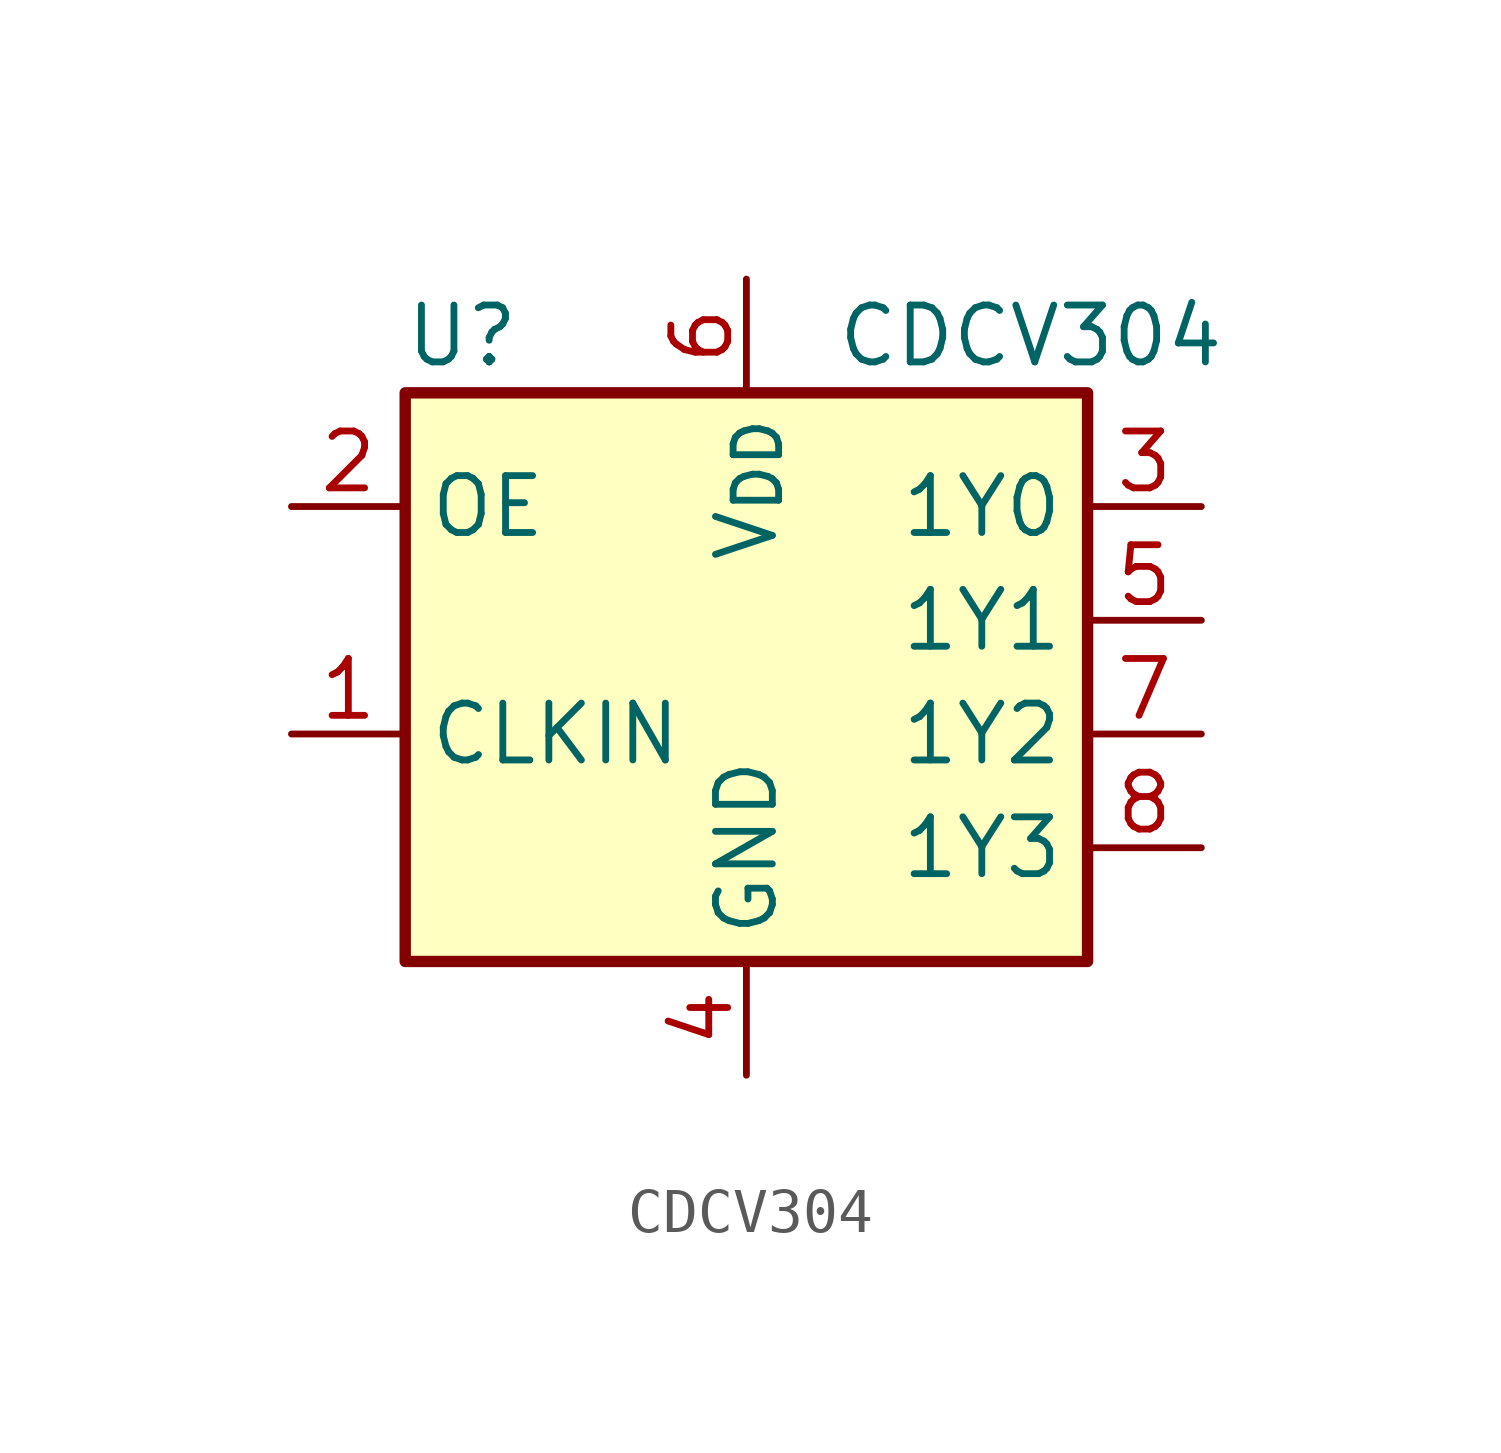
<source format=kicad_sym>
(kicad_symbol_lib
  (version 20241209)
  (generator "kicad_symbol_editor")
  (generator_version "9.0")
  (symbol "CDCV304"
    (property "Reference" "U"
      (at -6.35 8.89 0)
      (effects (font (size 1.27 1.27))))
    (property "Value" "CDCV304"
      (at 6.35 8.89 0)
      (effects (font (size 1.27 1.27))))
    (symbol "CDCV304_0_1"
      (rectangle (start -7.62 7.62) (end 7.62 -5.08) (stroke (width 0.254) (type default)) (fill (type background))))
    (symbol "CDCV304_1_1"
      (pin input line (at -10.16 5.08 0) (length 2.54) (name "OE" (effects (font (size 1.27 1.27)))) (number "2" (effects (font (size 1.27 1.27)))))
      (pin input line (at -10.16 0 0) (length 2.54) (name "CLKIN" (effects (font (size 1.27 1.27)))) (number "1" (effects (font (size 1.27 1.27)))))
      (pin power_in line (at 0 10.16 270) (length 2.54) (name "V_{DD}" (effects (font (size 1.27 1.27)))) (number "6" (effects (font (size 1.27 1.27)))))
      (pin power_in line (at 0 -7.62 90) (length 2.54) (name "GND" (effects (font (size 1.27 1.27)))) (number "4" (effects (font (size 1.27 1.27)))))
      (pin output line (at 10.16 5.08 180) (length 2.54) (name "1Y0" (effects (font (size 1.27 1.27)))) (number "3" (effects (font (size 1.27 1.27)))))
      (pin output line (at 10.16 2.54 180) (length 2.54) (name "1Y1" (effects (font (size 1.27 1.27)))) (number "5" (effects (font (size 1.27 1.27)))))
      (pin output line (at 10.16 0 180) (length 2.54) (name "1Y2" (effects (font (size 1.27 1.27)))) (number "7" (effects (font (size 1.27 1.27)))))
      (pin output line (at 10.16 -2.54 180) (length 2.54) (name "1Y3" (effects (font (size 1.27 1.27)))) (number "8" (effects (font (size 1.27 1.27))))))))
</source>
